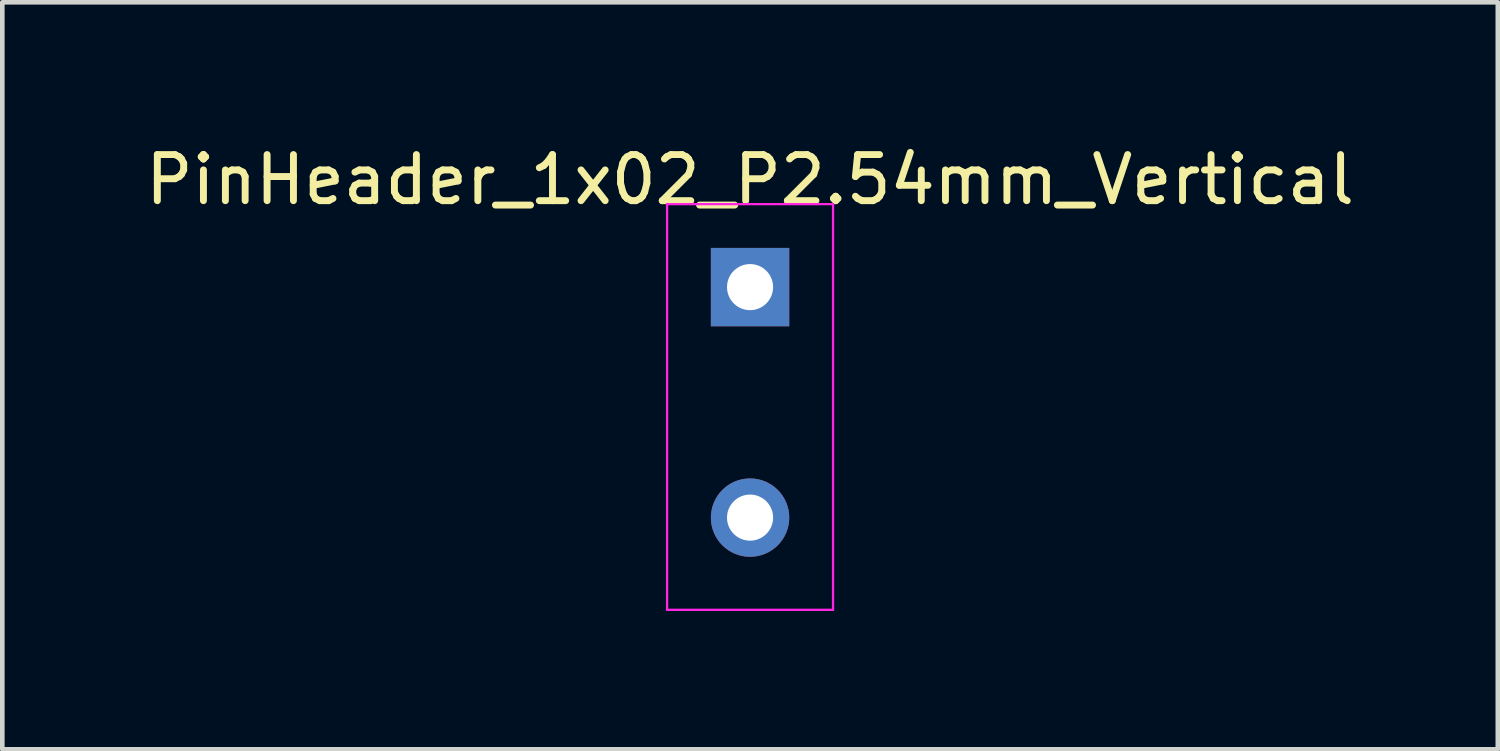
<source format=kicad_pcb>
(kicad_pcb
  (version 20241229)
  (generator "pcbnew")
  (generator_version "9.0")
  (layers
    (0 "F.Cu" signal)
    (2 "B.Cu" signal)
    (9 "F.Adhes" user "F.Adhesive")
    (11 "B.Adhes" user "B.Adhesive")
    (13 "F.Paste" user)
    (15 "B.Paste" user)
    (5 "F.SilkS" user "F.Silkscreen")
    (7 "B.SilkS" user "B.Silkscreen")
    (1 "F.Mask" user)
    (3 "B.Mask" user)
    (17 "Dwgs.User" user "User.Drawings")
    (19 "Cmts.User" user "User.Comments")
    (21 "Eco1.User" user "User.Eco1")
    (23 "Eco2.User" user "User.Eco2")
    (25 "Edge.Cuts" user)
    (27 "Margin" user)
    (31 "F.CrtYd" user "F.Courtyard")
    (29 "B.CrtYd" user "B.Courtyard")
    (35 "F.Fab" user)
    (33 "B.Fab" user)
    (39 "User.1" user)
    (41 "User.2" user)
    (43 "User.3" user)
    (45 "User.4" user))
  (footprint "PinHeader_1x02_P2.54mm_Vertical"
    (layer "F.Cu")
    (at 13.22 3.178)
    (property "Reference" "PinHeader_1x02_P2.54mm_Vertical" (at 0 -2.33 0) (layer "F.SilkS") (effects (font (size 1 1) (thickness 0.15))))
    (attr through_hole)
    (fp_line (start -1.8 -1.8) (end -1.8 7) (stroke (width 0.05) (type solid)) (layer "F.CrtYd"))
    (fp_line (start -1.8 7) (end 1.8 7) (stroke (width 0.05) (type solid)) (layer "F.CrtYd"))
    (fp_line (start 1.8 -1.8) (end -1.8 -1.8) (stroke (width 0.05) (type solid)) (layer "F.CrtYd"))
    (fp_line (start 1.8 7) (end 1.8 -1.8) (stroke (width 0.05) (type solid)) (layer "F.CrtYd"))
    (pad "1" thru_hole rect (at 0 0) (size 1.7 1.7) (drill 1) (layers "*.Cu" "*.Mask"))
    (pad "2" thru_hole oval (at 0 5) (size 1.7 1.7) (drill 1) (layers "*.Cu" "*.Mask")))
  (gr_rect
    (start -3 -3)
    (end 29.44 13.203)
    (stroke (width 0.1) (type default))
    (fill no)
    (layer "Edge.Cuts")))
</source>
